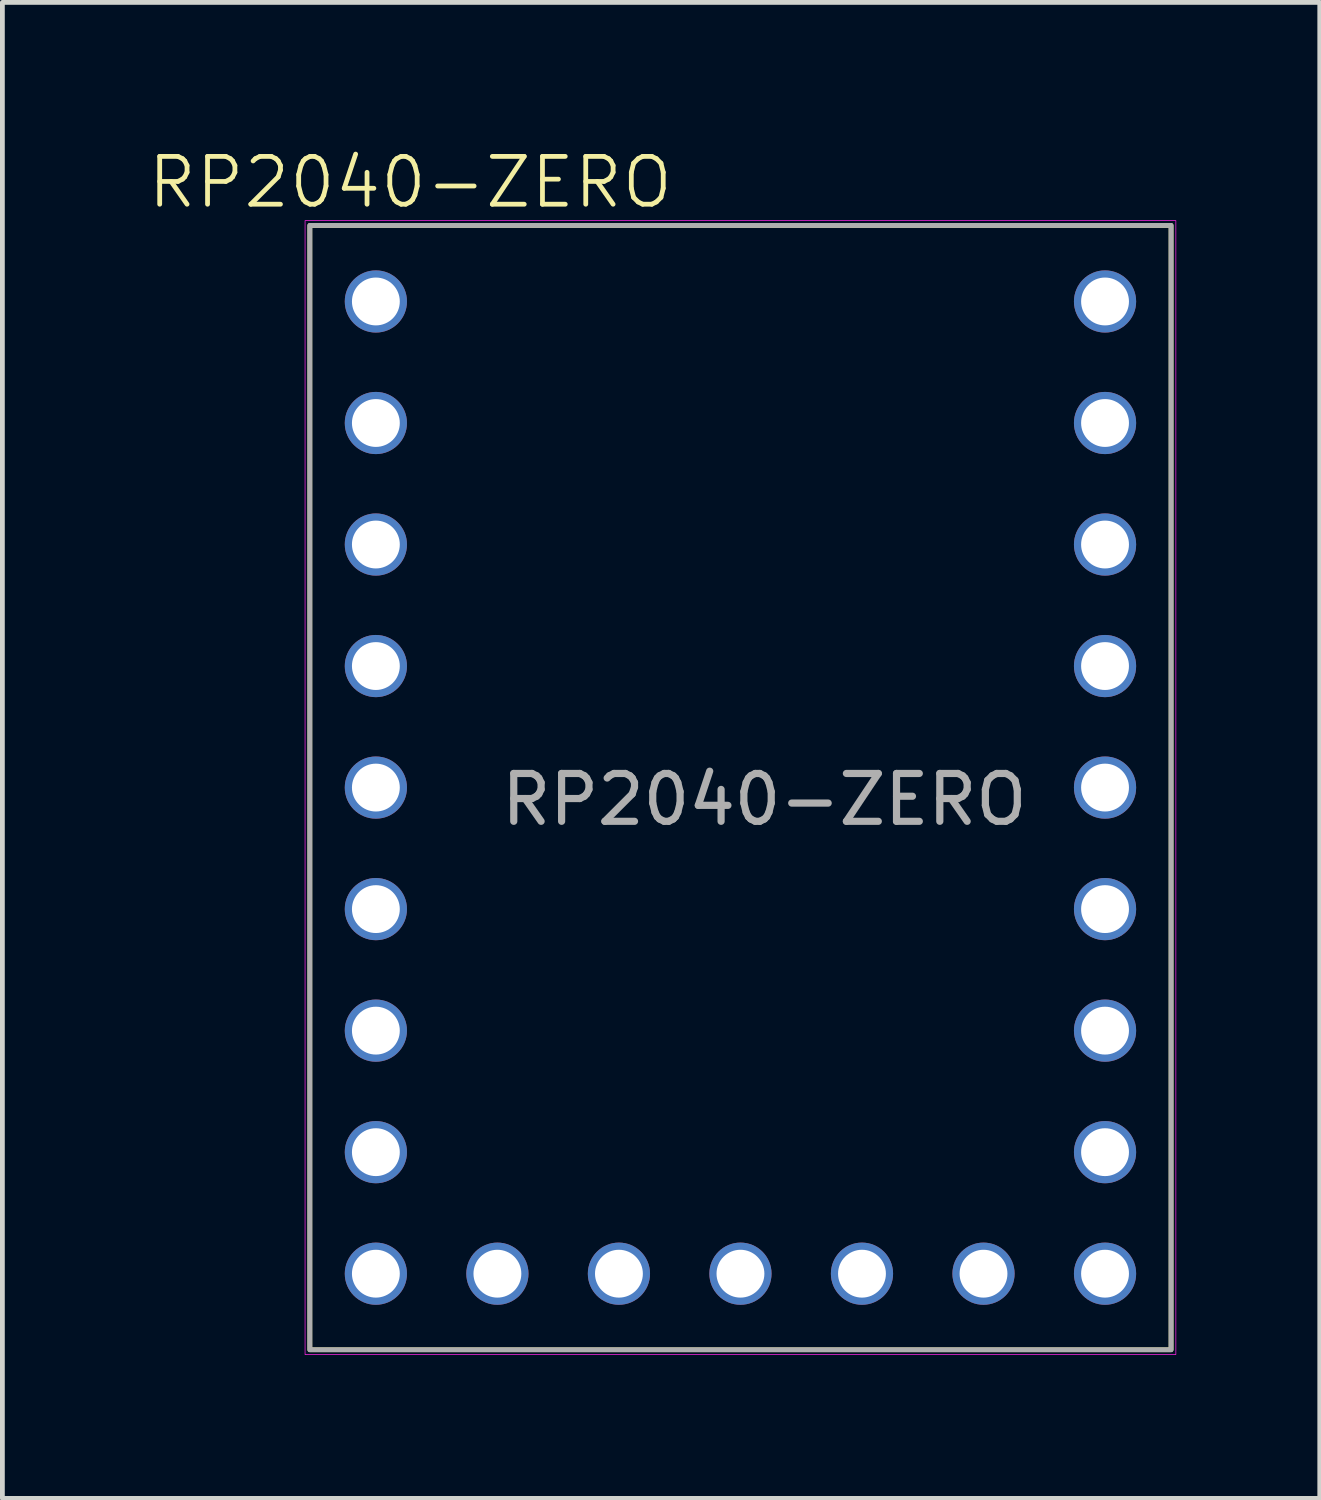
<source format=kicad_pcb>
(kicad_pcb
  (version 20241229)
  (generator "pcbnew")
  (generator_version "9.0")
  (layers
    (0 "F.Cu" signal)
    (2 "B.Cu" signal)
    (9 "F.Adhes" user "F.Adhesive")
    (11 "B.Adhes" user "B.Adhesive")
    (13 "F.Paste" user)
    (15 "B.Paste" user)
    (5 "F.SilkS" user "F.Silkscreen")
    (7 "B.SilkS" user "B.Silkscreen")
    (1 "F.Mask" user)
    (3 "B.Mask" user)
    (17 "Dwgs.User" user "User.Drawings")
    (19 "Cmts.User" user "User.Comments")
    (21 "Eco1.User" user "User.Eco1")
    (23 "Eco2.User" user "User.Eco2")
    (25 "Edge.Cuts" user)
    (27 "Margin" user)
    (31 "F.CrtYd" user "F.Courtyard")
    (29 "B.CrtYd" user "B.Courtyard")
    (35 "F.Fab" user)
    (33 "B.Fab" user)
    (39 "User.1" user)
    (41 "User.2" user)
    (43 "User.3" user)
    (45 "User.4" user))
  (footprint "RP2040-ZERO"
    (layer "F.Cu")
    (at 12.826 13.661)
    (property "Reference" "RP2040-ZERO" (at -7.3 -12.9 0) (unlocked yes) (layer "F.SilkS") (effects (font (size 1 1) (thickness 0.1))))
    (attr through_hole)
    (fp_rect (start -9.4 11.5) (end 8.6 -12) (stroke (width 0.1) (type default)) (fill no) (layer "F.SilkS"))
    (fp_rect (start -9.5 -12.1) (end 8.7 11.6) (stroke (width 0.015) (type default)) (fill no) (layer "F.CrtYd"))
    (fp_rect (start -9.4 11.5) (end 8.6 -12) (stroke (width 0.1) (type default)) (fill no) (layer "F.Fab"))
    (fp_text user "${REFERENCE}" (at 0.1 0 0) (unlocked yes) (layer "F.Fab") (effects (font (size 1 1) (thickness 0.15))))
    (pad "1" thru_hole circle (at -8.02 -10.41) (size 1.3 1.3) (drill 1) (layers "*.Cu" "*.Mask"))
    (pad "2" thru_hole circle (at -8.02 -7.87) (size 1.3 1.3) (drill 1) (layers "*.Cu" "*.Mask"))
    (pad "3" thru_hole circle (at -8.02 -5.33) (size 1.3 1.3) (drill 1) (layers "*.Cu" "*.Mask"))
    (pad "4" thru_hole circle (at -8.02 -2.79) (size 1.3 1.3) (drill 1) (layers "*.Cu" "*.Mask"))
    (pad "5" thru_hole circle (at -8.02 -0.25) (size 1.3 1.3) (drill 1) (layers "*.Cu" "*.Mask"))
    (pad "6" thru_hole circle (at -8.02 2.29) (size 1.3 1.3) (drill 1) (layers "*.Cu" "*.Mask"))
    (pad "7" thru_hole circle (at -8.02 4.83) (size 1.3 1.3) (drill 1) (layers "*.Cu" "*.Mask"))
    (pad "8" thru_hole circle (at -8.02 7.37) (size 1.3 1.3) (drill 1) (layers "*.Cu" "*.Mask"))
    (pad "9" thru_hole circle (at -8.02 9.91) (size 1.3 1.3) (drill 1) (layers "*.Cu" "*.Mask"))
    (pad "10" thru_hole circle (at -5.48 9.91) (size 1.3 1.3) (drill 1) (layers "*.Cu" "*.Mask"))
    (pad "11" thru_hole circle (at -2.94 9.91) (size 1.3 1.3) (drill 1) (layers "*.Cu" "*.Mask"))
    (pad "12" thru_hole circle (at -0.4 9.91) (size 1.3 1.3) (drill 1) (layers "*.Cu" "*.Mask"))
    (pad "13" thru_hole circle (at 2.14 9.91) (size 1.3 1.3) (drill 1) (layers "*.Cu" "*.Mask"))
    (pad "14" thru_hole circle (at 4.68 9.91) (size 1.3 1.3) (drill 1) (layers "*.Cu" "*.Mask"))
    (pad "15" thru_hole circle (at 7.22 9.91) (size 1.3 1.3) (drill 1) (layers "*.Cu" "*.Mask"))
    (pad "16" thru_hole circle (at 7.22 7.37) (size 1.3 1.3) (drill 1) (layers "*.Cu" "*.Mask"))
    (pad "17" thru_hole circle (at 7.22 4.83) (size 1.3 1.3) (drill 1) (layers "*.Cu" "*.Mask"))
    (pad "18" thru_hole circle (at 7.22 2.29) (size 1.3 1.3) (drill 1) (layers "*.Cu" "*.Mask"))
    (pad "19" thru_hole circle (at 7.22 -0.25) (size 1.3 1.3) (drill 1) (layers "*.Cu" "*.Mask"))
    (pad "20" thru_hole circle (at 7.22 -2.79) (size 1.3 1.3) (drill 1) (layers "*.Cu" "*.Mask"))
    (pad "21" thru_hole circle (at 7.22 -5.33) (size 1.3 1.3) (drill 1) (layers "*.Cu" "*.Mask"))
    (pad "22" thru_hole circle (at 7.22 -7.87) (size 1.3 1.3) (drill 1) (layers "*.Cu" "*.Mask"))
    (pad "23" thru_hole circle (at 7.22 -10.41) (size 1.3 1.3) (drill 1) (layers "*.Cu" "*.Mask")))
  (gr_rect
    (start -3 -3)
    (end 24.534 28.268)
    (stroke (width 0.1) (type default))
    (fill no)
    (layer "Edge.Cuts")))
</source>
